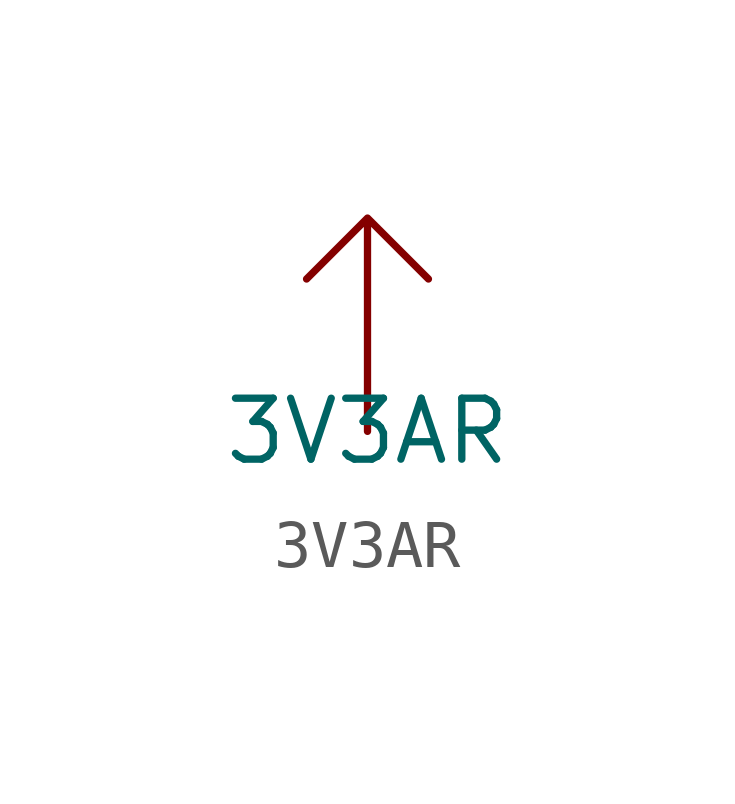
<source format=kicad_sym>
(kicad_symbol_lib
  (version 20231120)
  (generator "kicad_symbol_editor")
  (generator_version "8.0")
  (symbol "3V3AR"
    (power)
    (property "Reference" "#PWR"
      (at 0 0 0)
      (effects (font (size 1.27 1.27)) (hide yes)))
    (property "Value" "3V3AR"
      (at 0 0 0)
      (effects (font (size 1.27 1.27))))
    (symbol "3V3AR_0_1"
      (polyline (pts (xy 0 4.445) (xy 0 0) (xy 0 4.445) (xy -1.27 3.175) (xy 0 4.445) (xy 1.27 3.175)) (stroke (width 0) (type default)) (fill (type none))))
    (symbol "3V3AR_1_1"
      (pin power_out line (at 0 0 90) (length 2.54) hide (name "3V#AR" (effects (font (size 1.27 1.27)))) (number "" (effects (font (size 1.27 1.27))))))))
</source>
